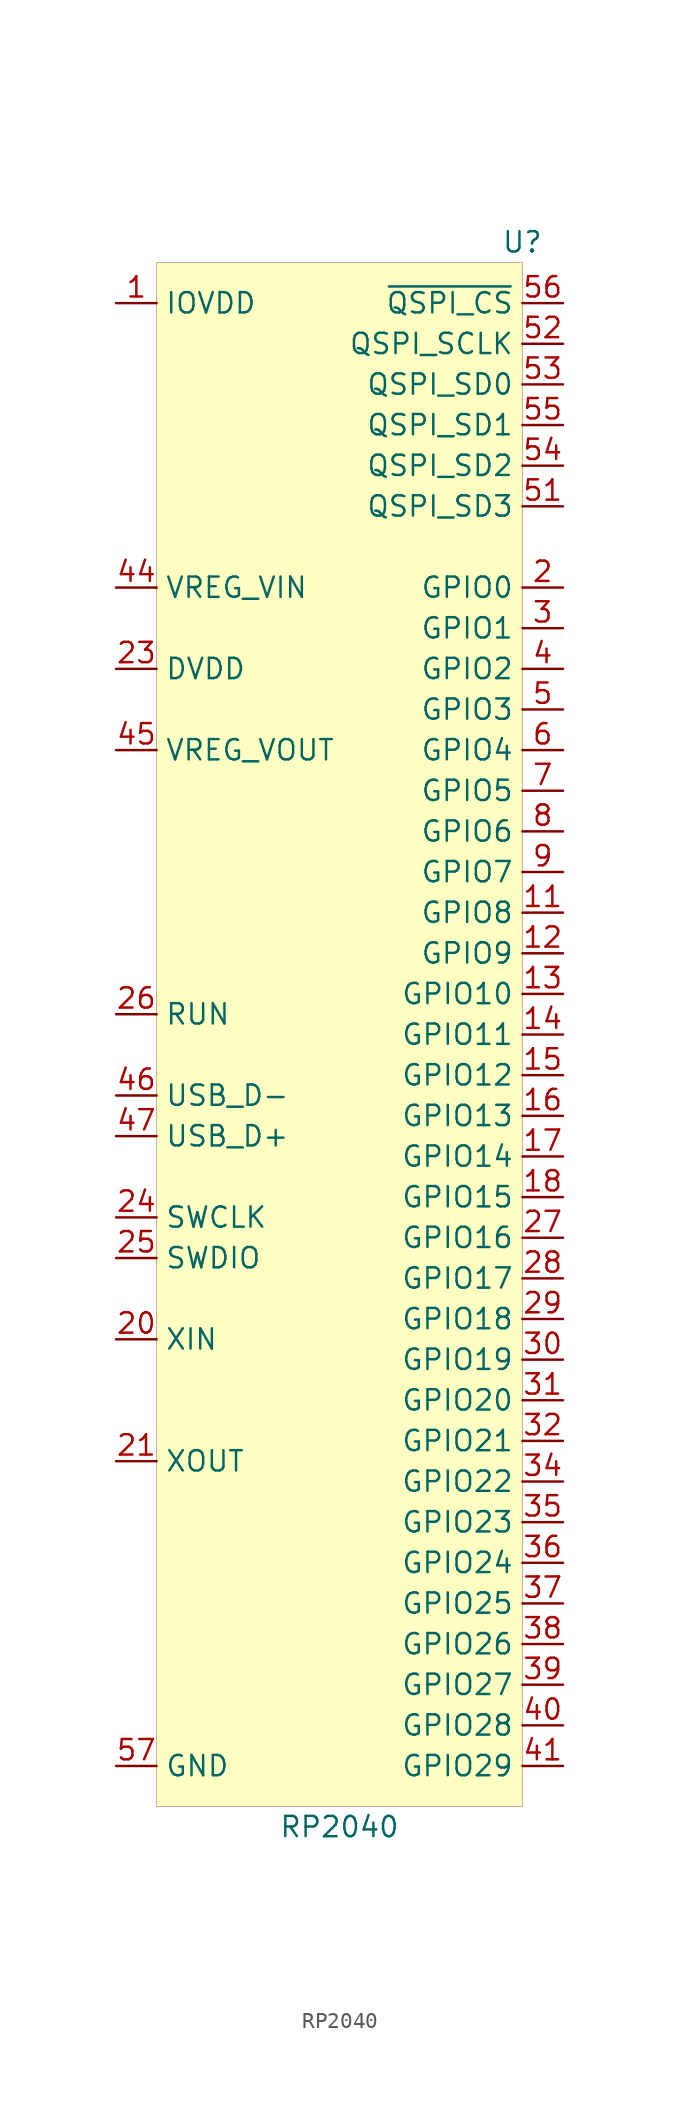
<source format=kicad_sym>
(kicad_symbol_lib
  (version 20231120)
  (generator "kicad_symbol_editor")
  (generator_version "8.0")
  (symbol "RP2040"
    (property "Reference" "U"
      (at 11.43 1.27 0)
      (effects (font (size 1.27 1.27))))
    (property "Value" "RP2040"
      (at 0 -97.79 0)
      (effects (font (size 1.27 1.27))))
    (symbol "RP2040_0_0"
      (pin power_in line (at -13.97 -2.54 0) (length 2.54) (name "IOVDD" (effects (font (size 1.27 1.27)))) (number "1" (effects (font (size 1.27 1.27)))))
      (pin passive line (at -13.97 -2.54 0) (length 2.54) hide (name "IOVDD" (effects (font (size 1.27 1.27)))) (number "10" (effects (font (size 1.27 1.27)))))
      (pin bidirectional line (at 13.97 -40.64 180) (length 2.54) (name "GPIO8" (effects (font (size 1.27 1.27)))) (number "11" (effects (font (size 1.27 1.27)))))
      (pin bidirectional line (at 13.97 -20.32 180) (length 2.54) (name "GPIO0" (effects (font (size 1.27 1.27)))) (number "2" (effects (font (size 1.27 1.27)))))
      (pin bidirectional line (at 13.97 -22.86 180) (length 2.54) (name "GPIO1" (effects (font (size 1.27 1.27)))) (number "3" (effects (font (size 1.27 1.27)))))
      (pin bidirectional line (at 13.97 -25.4 180) (length 2.54) (name "GPIO2" (effects (font (size 1.27 1.27)))) (number "4" (effects (font (size 1.27 1.27)))))
      (pin bidirectional line (at 13.97 -27.94 180) (length 2.54) (name "GPIO3" (effects (font (size 1.27 1.27)))) (number "5" (effects (font (size 1.27 1.27)))))
      (pin bidirectional line (at 13.97 -30.48 180) (length 2.54) (name "GPIO4" (effects (font (size 1.27 1.27)))) (number "6" (effects (font (size 1.27 1.27)))))
      (pin bidirectional line (at 13.97 -33.02 180) (length 2.54) (name "GPIO5" (effects (font (size 1.27 1.27)))) (number "7" (effects (font (size 1.27 1.27)))))
      (pin bidirectional line (at 13.97 -35.56 180) (length 2.54) (name "GPIO6" (effects (font (size 1.27 1.27)))) (number "8" (effects (font (size 1.27 1.27)))))
      (pin bidirectional line (at 13.97 -38.1 180) (length 2.54) (name "GPIO7" (effects (font (size 1.27 1.27)))) (number "9" (effects (font (size 1.27 1.27))))))
    (symbol "RP2040_0_1"
      (rectangle (start -11.43 0) (end 11.43 -96.52) (stroke (width 0.001) (type default)) (fill (type background))))
    (symbol "RP2040_1_1"
      (pin bidirectional line (at 13.97 -43.18 180) (length 2.54) (name "GPIO9" (effects (font (size 1.27 1.27)))) (number "12" (effects (font (size 1.27 1.27)))))
      (pin bidirectional line (at 13.97 -45.72 180) (length 2.54) (name "GPIO10" (effects (font (size 1.27 1.27)))) (number "13" (effects (font (size 1.27 1.27)))))
      (pin bidirectional line (at 13.97 -48.26 180) (length 2.54) (name "GPIO11" (effects (font (size 1.27 1.27)))) (number "14" (effects (font (size 1.27 1.27)))))
      (pin bidirectional line (at 13.97 -50.8 180) (length 2.54) (name "GPIO12" (effects (font (size 1.27 1.27)))) (number "15" (effects (font (size 1.27 1.27)))))
      (pin bidirectional line (at 13.97 -53.34 180) (length 2.54) (name "GPIO13" (effects (font (size 1.27 1.27)))) (number "16" (effects (font (size 1.27 1.27)))))
      (pin bidirectional line (at 13.97 -55.88 180) (length 2.54) (name "GPIO14" (effects (font (size 1.27 1.27)))) (number "17" (effects (font (size 1.27 1.27)))))
      (pin bidirectional line (at 13.97 -58.42 180) (length 2.54) (name "GPIO15" (effects (font (size 1.27 1.27)))) (number "18" (effects (font (size 1.27 1.27)))))
      (pin passive line (at -13.97 -93.98 0) (length 2.54) hide (name "TESTEN" (effects (font (size 1.27 1.27)))) (number "19" (effects (font (size 1.27 1.27)))))
      (pin input line (at -13.97 -67.31 0) (length 2.54) (name "XIN" (effects (font (size 1.27 1.27)))) (number "20" (effects (font (size 1.27 1.27)))))
      (pin output line (at -13.97 -74.93 0) (length 2.54) (name "XOUT" (effects (font (size 1.27 1.27)))) (number "21" (effects (font (size 1.27 1.27)))))
      (pin passive line (at -13.97 -2.54 0) (length 2.54) hide (name "IOVDD" (effects (font (size 1.27 1.27)))) (number "22" (effects (font (size 1.27 1.27)))))
      (pin power_in line (at -13.97 -25.4 0) (length 2.54) (name "DVDD" (effects (font (size 1.27 1.27)))) (number "23" (effects (font (size 1.27 1.27)))))
      (pin input line (at -13.97 -59.69 0) (length 2.54) (name "SWCLK" (effects (font (size 1.27 1.27)))) (number "24" (effects (font (size 1.27 1.27)))))
      (pin bidirectional line (at -13.97 -62.23 0) (length 2.54) (name "SWDIO" (effects (font (size 1.27 1.27)))) (number "25" (effects (font (size 1.27 1.27)))))
      (pin input line (at -13.97 -46.99 0) (length 2.54) (name "RUN" (effects (font (size 1.27 1.27)))) (number "26" (effects (font (size 1.27 1.27)))))
      (pin bidirectional line (at 13.97 -60.96 180) (length 2.54) (name "GPIO16" (effects (font (size 1.27 1.27)))) (number "27" (effects (font (size 1.27 1.27)))))
      (pin bidirectional line (at 13.97 -63.5 180) (length 2.54) (name "GPIO17" (effects (font (size 1.27 1.27)))) (number "28" (effects (font (size 1.27 1.27)))))
      (pin bidirectional line (at 13.97 -66.04 180) (length 2.54) (name "GPIO18" (effects (font (size 1.27 1.27)))) (number "29" (effects (font (size 1.27 1.27)))))
      (pin bidirectional line (at 13.97 -68.58 180) (length 2.54) (name "GPIO19" (effects (font (size 1.27 1.27)))) (number "30" (effects (font (size 1.27 1.27)))))
      (pin bidirectional line (at 13.97 -71.12 180) (length 2.54) (name "GPIO20" (effects (font (size 1.27 1.27)))) (number "31" (effects (font (size 1.27 1.27)))))
      (pin bidirectional line (at 13.97 -73.66 180) (length 2.54) (name "GPIO21" (effects (font (size 1.27 1.27)))) (number "32" (effects (font (size 1.27 1.27)))))
      (pin passive line (at -13.97 -2.54 0) (length 2.54) hide (name "IOVDD" (effects (font (size 1.27 1.27)))) (number "33" (effects (font (size 1.27 1.27)))))
      (pin bidirectional line (at 13.97 -76.2 180) (length 2.54) (name "GPIO22" (effects (font (size 1.27 1.27)))) (number "34" (effects (font (size 1.27 1.27)))))
      (pin bidirectional line (at 13.97 -78.74 180) (length 2.54) (name "GPIO23" (effects (font (size 1.27 1.27)))) (number "35" (effects (font (size 1.27 1.27)))))
      (pin bidirectional line (at 13.97 -81.28 180) (length 2.54) (name "GPIO24" (effects (font (size 1.27 1.27)))) (number "36" (effects (font (size 1.27 1.27)))))
      (pin bidirectional line (at 13.97 -83.82 180) (length 2.54) (name "GPIO25" (effects (font (size 1.27 1.27)))) (number "37" (effects (font (size 1.27 1.27)))))
      (pin bidirectional line (at 13.97 -86.36 180) (length 2.54) (name "GPIO26" (effects (font (size 1.27 1.27)))) (number "38" (effects (font (size 1.27 1.27)))))
      (pin bidirectional line (at 13.97 -88.9 180) (length 2.54) (name "GPIO27" (effects (font (size 1.27 1.27)))) (number "39" (effects (font (size 1.27 1.27)))))
      (pin bidirectional line (at 13.97 -91.44 180) (length 2.54) (name "GPIO28" (effects (font (size 1.27 1.27)))) (number "40" (effects (font (size 1.27 1.27)))))
      (pin bidirectional line (at 13.97 -93.98 180) (length 2.54) (name "GPIO29" (effects (font (size 1.27 1.27)))) (number "41" (effects (font (size 1.27 1.27)))))
      (pin passive line (at -13.97 -2.54 0) (length 2.54) hide (name "IOVDD" (effects (font (size 1.27 1.27)))) (number "42" (effects (font (size 1.27 1.27)))))
      (pin passive line (at -13.97 -2.54 0) (length 2.54) hide (name "ADC_AVDD" (effects (font (size 1.27 1.27)))) (number "43" (effects (font (size 1.27 1.27)))))
      (pin power_in line (at -13.97 -20.32 0) (length 2.54) (name "VREG_VIN" (effects (font (size 1.27 1.27)))) (number "44" (effects (font (size 1.27 1.27)))))
      (pin power_out line (at -13.97 -30.48 0) (length 2.54) (name "VREG_VOUT" (effects (font (size 1.27 1.27)))) (number "45" (effects (font (size 1.27 1.27)))))
      (pin bidirectional line (at -13.97 -52.07 0) (length 2.54) (name "USB_D-" (effects (font (size 1.27 1.27)))) (number "46" (effects (font (size 1.27 1.27)))))
      (pin bidirectional line (at -13.97 -54.61 0) (length 2.54) (name "USB_D+" (effects (font (size 1.27 1.27)))) (number "47" (effects (font (size 1.27 1.27)))))
      (pin passive line (at -13.97 -2.54 0) (length 2.54) hide (name "USB_VDD" (effects (font (size 1.27 1.27)))) (number "48" (effects (font (size 1.27 1.27)))))
      (pin passive line (at -13.97 -2.54 0) (length 2.54) hide (name "IOVDD" (effects (font (size 1.27 1.27)))) (number "49" (effects (font (size 1.27 1.27)))))
      (pin passive line (at -13.97 -25.4 0) (length 2.54) hide (name "DVDD" (effects (font (size 1.27 1.27)))) (number "50" (effects (font (size 1.27 1.27)))))
      (pin bidirectional line (at 13.97 -15.24 180) (length 2.54) (name "QSPI_SD3" (effects (font (size 1.27 1.27)))) (number "51" (effects (font (size 1.27 1.27)))))
      (pin output line (at 13.97 -5.08 180) (length 2.54) (name "QSPI_SCLK" (effects (font (size 1.27 1.27)))) (number "52" (effects (font (size 1.27 1.27)))))
      (pin bidirectional line (at 13.97 -7.62 180) (length 2.54) (name "QSPI_SD0" (effects (font (size 1.27 1.27)))) (number "53" (effects (font (size 1.27 1.27)))))
      (pin bidirectional line (at 13.97 -12.7 180) (length 2.54) (name "QSPI_SD2" (effects (font (size 1.27 1.27)))) (number "54" (effects (font (size 1.27 1.27)))))
      (pin bidirectional line (at 13.97 -10.16 180) (length 2.54) (name "QSPI_SD1" (effects (font (size 1.27 1.27)))) (number "55" (effects (font (size 1.27 1.27)))))
      (pin input line (at 13.97 -2.54 180) (length 2.54) (name "~{QSPI_CS}" (effects (font (size 1.27 1.27)))) (number "56" (effects (font (size 1.27 1.27)))))
      (pin power_in line (at -13.97 -93.98 0) (length 2.54) (name "GND" (effects (font (size 1.27 1.27)))) (number "57" (effects (font (size 1.27 1.27))))))))
</source>
